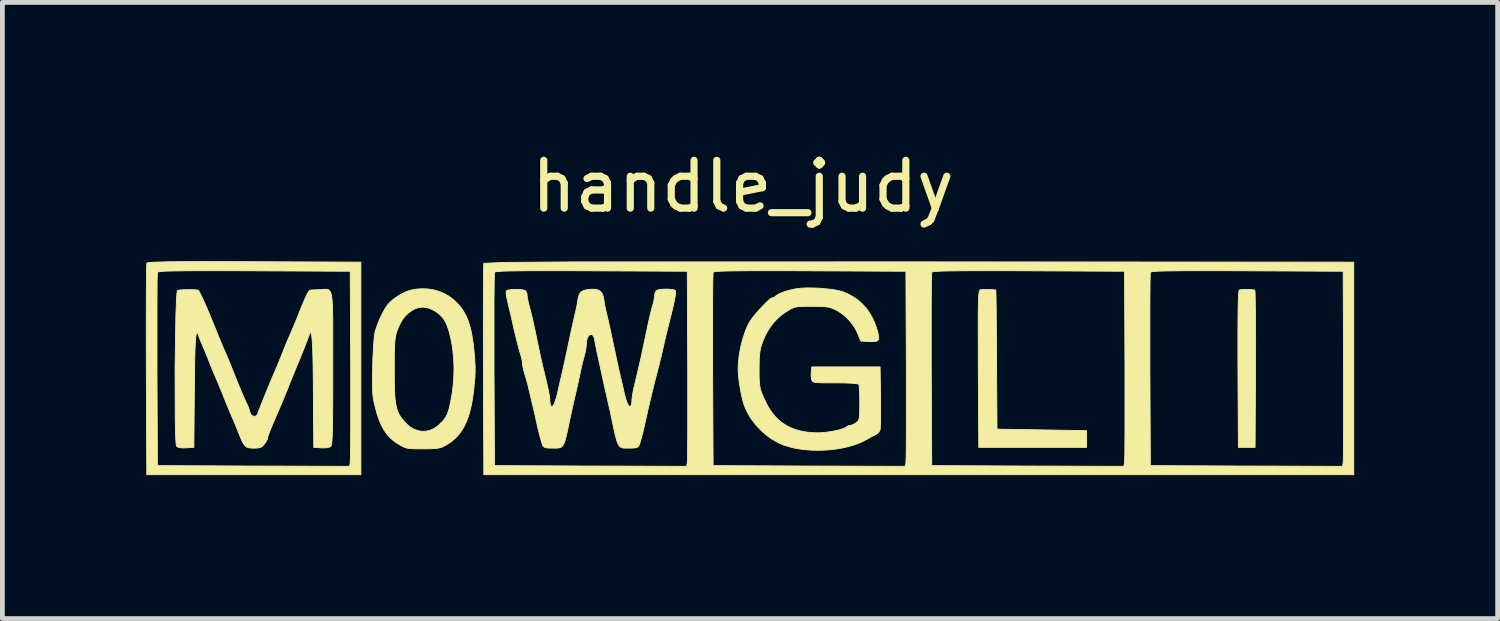
<source format=kicad_pcb>
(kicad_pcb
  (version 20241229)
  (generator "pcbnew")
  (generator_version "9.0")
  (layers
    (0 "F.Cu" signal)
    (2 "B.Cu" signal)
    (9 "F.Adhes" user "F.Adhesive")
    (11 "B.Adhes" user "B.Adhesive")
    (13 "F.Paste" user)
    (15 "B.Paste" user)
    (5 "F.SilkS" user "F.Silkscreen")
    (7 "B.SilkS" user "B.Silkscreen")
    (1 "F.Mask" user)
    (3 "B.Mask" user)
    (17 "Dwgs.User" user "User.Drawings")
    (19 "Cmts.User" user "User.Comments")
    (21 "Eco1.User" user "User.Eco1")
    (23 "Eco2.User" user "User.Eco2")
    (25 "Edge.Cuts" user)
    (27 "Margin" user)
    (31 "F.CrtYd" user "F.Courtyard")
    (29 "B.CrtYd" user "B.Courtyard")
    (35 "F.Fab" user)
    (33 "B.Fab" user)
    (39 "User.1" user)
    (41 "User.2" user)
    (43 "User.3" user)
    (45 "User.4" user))
  (footprint "handle_judy"
    (layer "F.Cu")
    (at 12.488 4.608)
    (property "Reference" "handle_judy" (at 0 -3.76 0) (unlocked yes) (layer "F.SilkS") (effects (font (size 1 1) (thickness 0.15))))
    (attr smd)
    (fp_poly (pts (xy 10.562 -1.604) (xy 10.612 -1.602) (xy 10.66 -1.598) (xy 10.683 -1.595) (xy 10.703 -1.592) (xy 10.708 -1.558) (xy 10.711 -1.462) (xy 10.717 -1.108) (xy 10.72 -0.584) (xy 10.719 0.053) (xy 10.709 1.698) (xy 10.36 1.698) (xy 10.351 0.066) (xy 10.35 -0.347) (xy 10.35 -0.693) (xy 10.352 -0.978) (xy 10.354 -1.204) (xy 10.358 -1.374) (xy 10.361 -1.44) (xy 10.364 -1.493) (xy 10.367 -1.535) (xy 10.371 -1.565) (xy 10.375 -1.584) (xy 10.377 -1.589) (xy 10.379 -1.592) (xy 10.386 -1.595) (xy 10.397 -1.597) (xy 10.411 -1.599) (xy 10.427 -1.601) (xy 10.467 -1.604) (xy 10.513 -1.605)) (stroke (width 0.018) (type solid)) (fill yes) (layer "F.SilkS"))
    (fp_poly (pts (xy -10.223 -2.185) (xy -7.991 -2.176) (xy -7.991 2.269) (xy -12.468 2.269) (xy -12.478 0.078) (xy -12.255 0.078) (xy -12.246 2.079) (xy -10.239 2.088) (xy -8.229 2.094) (xy -8.214 2.025) (xy -8.208 1.84) (xy -8.204 1.394) (xy -8.204 -0.017) (xy -8.214 -1.985) (xy -10.223 -1.995) (xy -10.767 -1.997) (xy -11.209 -1.997) (xy -11.56 -1.996) (xy -11.827 -1.993) (xy -11.933 -1.991) (xy -12.021 -1.989) (xy -12.093 -1.986) (xy -12.149 -1.982) (xy -12.192 -1.978) (xy -12.221 -1.974) (xy -12.232 -1.971) (xy -12.239 -1.969) (xy -12.244 -1.966) (xy -12.246 -1.963) (xy -12.252 -1.79) (xy -12.255 -1.347) (xy -12.255 0.078) (xy -12.478 0.078) (xy -12.479 -0.776) (xy -12.478 -1.482) (xy -12.474 -1.965) (xy -12.471 -2.101) (xy -12.468 -2.154) (xy -12.461 -2.159) (xy -12.441 -2.164) (xy -12.362 -2.173) (xy -12.005 -2.184) (xy -11.319 -2.188)) (stroke (width 0.018) (type solid)) (fill yes) (layer "F.SilkS"))
    (fp_poly (pts (xy 5.125 -1.604) (xy 5.175 -1.603) (xy 5.222 -1.6) (xy 5.26 -1.596) (xy 5.275 -1.594) (xy 5.287 -1.592) (xy 5.291 -1.475) (xy 5.296 -1.162) (xy 5.302 -0.138) (xy 5.312 1.317) (xy 6.249 1.332) (xy 7.185 1.348) (xy 7.185 1.698) (xy 4.931 1.698) (xy 4.921 0.056) (xy 4.92 -0.457) (xy 4.919 -0.668) (xy 4.919 -0.852) (xy 4.919 -1.009) (xy 4.92 -1.142) (xy 4.922 -1.253) (xy 4.923 -1.302) (xy 4.924 -1.345) (xy 4.925 -1.384) (xy 4.927 -1.418) (xy 4.928 -1.449) (xy 4.93 -1.476) (xy 4.932 -1.499) (xy 4.934 -1.52) (xy 4.937 -1.537) (xy 4.939 -1.551) (xy 4.942 -1.563) (xy 4.945 -1.573) (xy 4.947 -1.577) (xy 4.949 -1.581) (xy 4.95 -1.584) (xy 4.952 -1.587) (xy 4.954 -1.589) (xy 4.956 -1.591) (xy 4.958 -1.593) (xy 4.96 -1.594) (xy 4.962 -1.596) (xy 4.964 -1.597) (xy 4.969 -1.598) (xy 4.979 -1.6) (xy 4.993 -1.602) (xy 5.011 -1.603) (xy 5.03 -1.604) (xy 5.076 -1.605)) (stroke (width 0.018) (type solid)) (fill yes) (layer "F.SilkS"))
    (fp_poly (pts (xy 12.773 -2.176) (xy 12.773 2.269) (xy -5.42 2.269) (xy -5.429 0.078) (xy -5.207 0.078) (xy -5.197 2.079) (xy -3.191 2.088) (xy -1.181 2.094) (xy -1.165 2.025) (xy -1.159 1.84) (xy -1.156 1.394) (xy -1.156 -0.017) (xy -1.162 -1.347) (xy -0.635 -1.347) (xy -0.635 0.078) (xy -0.625 2.079) (xy 1.381 2.088) (xy 3.391 2.094) (xy 3.407 2.025) (xy 3.413 1.84) (xy 3.416 1.394) (xy 3.416 0.078) (xy 3.937 0.078) (xy 3.947 2.079) (xy 5.953 2.088) (xy 7.963 2.094) (xy 7.979 2.025) (xy 7.985 1.84) (xy 7.988 1.394) (xy 7.988 0.078) (xy 8.509 0.078) (xy 8.519 2.079) (xy 10.525 2.088) (xy 12.535 2.094) (xy 12.551 2.025) (xy 12.557 1.84) (xy 12.56 1.394) (xy 12.56 -0.017) (xy 12.551 -1.985) (xy 10.541 -1.995) (xy 9.998 -1.997) (xy 9.555 -1.997) (xy 9.205 -1.996) (xy 8.937 -1.993) (xy 8.831 -1.991) (xy 8.743 -1.989) (xy 8.672 -1.986) (xy 8.615 -1.982) (xy 8.573 -1.978) (xy 8.543 -1.974) (xy 8.533 -1.971) (xy 8.526 -1.969) (xy 8.521 -1.966) (xy 8.519 -1.963) (xy 8.513 -1.79) (xy 8.509 -1.347) (xy 8.509 0.078) (xy 7.988 0.078) (xy 7.988 -0.017) (xy 7.979 -1.985) (xy 5.969 -1.995) (xy 5.426 -1.997) (xy 4.983 -1.997) (xy 4.633 -1.996) (xy 4.365 -1.993) (xy 4.259 -1.991) (xy 4.171 -1.989) (xy 4.1 -1.986) (xy 4.043 -1.982) (xy 4.001 -1.978) (xy 3.971 -1.974) (xy 3.961 -1.971) (xy 3.954 -1.969) (xy 3.949 -1.966) (xy 3.947 -1.963) (xy 3.941 -1.79) (xy 3.937 -1.347) (xy 3.937 0.078) (xy 3.416 0.078) (xy 3.416 -0.017) (xy 3.407 -1.985) (xy 1.397 -1.995) (xy 0.854 -1.997) (xy 0.411 -1.997) (xy 0.061 -1.996) (xy -0.207 -1.993) (xy -0.313 -1.991) (xy -0.401 -1.989) (xy -0.472 -1.986) (xy -0.529 -1.982) (xy -0.571 -1.978) (xy -0.601 -1.974) (xy -0.611 -1.971) (xy -0.618 -1.969) (xy -0.623 -1.966) (xy -0.625 -1.963) (xy -0.631 -1.79) (xy -0.635 -1.347) (xy -1.162 -1.347) (xy -1.165 -1.985) (xy -3.175 -1.995) (xy -3.718 -1.997) (xy -4.161 -1.997) (xy -4.511 -1.996) (xy -4.779 -1.993) (xy -4.885 -1.991) (xy -4.973 -1.989) (xy -5.044 -1.986) (xy -5.101 -1.982) (xy -5.143 -1.978) (xy -5.173 -1.974) (xy -5.183 -1.971) (xy -5.19 -1.969) (xy -5.195 -1.966) (xy -5.197 -1.963) (xy -5.203 -1.79) (xy -5.207 -1.347) (xy -5.207 0.078) (xy -5.429 0.078) (xy -5.43 -0.776) (xy -5.429 -1.481) (xy -5.426 -1.964) (xy -5.423 -2.099) (xy -5.42 -2.151) (xy -5.005 -2.17) (xy -3.563 -2.181) (xy 3.683 -2.182)) (stroke (width 0.018) (type solid)) (fill yes) (layer "F.SilkS"))
    (fp_poly (pts (xy -6.631 -1.618) (xy -6.568 -1.612) (xy -6.507 -1.603) (xy -6.447 -1.59) (xy -6.387 -1.573) (xy -6.33 -1.553) (xy -6.273 -1.529) (xy -6.219 -1.502) (xy -6.166 -1.472) (xy -6.115 -1.438) (xy -6.066 -1.401) (xy -6.02 -1.36) (xy -5.976 -1.317) (xy -5.936 -1.273) (xy -5.898 -1.227) (xy -5.863 -1.178) (xy -5.832 -1.127) (xy -5.802 -1.073) (xy -5.775 -1.016) (xy -5.751 -0.956) (xy -5.729 -0.891) (xy -5.708 -0.822) (xy -5.69 -0.748) (xy -5.674 -0.669) (xy -5.659 -0.585) (xy -5.645 -0.495) (xy -5.633 -0.399) (xy -5.623 -0.296) (xy -5.612 -0.177) (xy -5.606 -0.072) (xy -5.602 0.022) (xy -5.602 0.112) (xy -5.605 0.203) (xy -5.612 0.298) (xy -5.622 0.404) (xy -5.635 0.526) (xy -5.65 0.634) (xy -5.666 0.736) (xy -5.685 0.833) (xy -5.706 0.923) (xy -5.73 1.008) (xy -5.743 1.049) (xy -5.757 1.088) (xy -5.771 1.126) (xy -5.786 1.163) (xy -5.802 1.199) (xy -5.818 1.233) (xy -5.835 1.266) (xy -5.853 1.298) (xy -5.872 1.329) (xy -5.891 1.358) (xy -5.912 1.387) (xy -5.933 1.415) (xy -5.955 1.441) (xy -5.977 1.467) (xy -6.001 1.491) (xy -6.026 1.515) (xy -6.051 1.537) (xy -6.077 1.559) (xy -6.104 1.58) (xy -6.132 1.6) (xy -6.161 1.619) (xy -6.191 1.637) (xy -6.239 1.665) (xy -6.261 1.676) (xy -6.282 1.686) (xy -6.303 1.695) (xy -6.325 1.702) (xy -6.347 1.708) (xy -6.371 1.713) (xy -6.397 1.717) (xy -6.426 1.721) (xy -6.459 1.723) (xy -6.495 1.725) (xy -6.581 1.728) (xy -6.69 1.729) (xy -6.799 1.729) (xy -6.845 1.728) (xy -6.886 1.727) (xy -6.922 1.725) (xy -6.954 1.723) (xy -6.983 1.72) (xy -7.009 1.716) (xy -7.021 1.713) (xy -7.033 1.711) (xy -7.044 1.708) (xy -7.055 1.705) (xy -7.066 1.701) (xy -7.076 1.698) (xy -7.097 1.689) (xy -7.118 1.679) (xy -7.14 1.668) (xy -7.163 1.655) (xy -7.188 1.64) (xy -7.236 1.61) (xy -7.282 1.579) (xy -7.324 1.546) (xy -7.364 1.511) (xy -7.401 1.474) (xy -7.435 1.435) (xy -7.468 1.393) (xy -7.498 1.349) (xy -7.527 1.301) (xy -7.554 1.25) (xy -7.579 1.196) (xy -7.603 1.137) (xy -7.626 1.075) (xy -7.648 1.008) (xy -7.669 0.936) (xy -7.69 0.859) (xy -7.71 0.78) (xy -7.725 0.705) (xy -7.737 0.63) (xy -7.744 0.547) (xy -7.748 0.45) (xy -7.749 0.332) (xy -7.747 0.187) (xy -7.745 0.078) (xy -7.293 0.078) (xy -7.292 0.214) (xy -7.291 0.337) (xy -7.289 0.446) (xy -7.285 0.543) (xy -7.28 0.63) (xy -7.273 0.707) (xy -7.269 0.742) (xy -7.264 0.776) (xy -7.258 0.807) (xy -7.252 0.837) (xy -7.246 0.865) (xy -7.238 0.892) (xy -7.23 0.918) (xy -7.221 0.942) (xy -7.212 0.966) (xy -7.201 0.988) (xy -7.19 1.01) (xy -7.178 1.031) (xy -7.165 1.052) (xy -7.151 1.072) (xy -7.136 1.093) (xy -7.12 1.113) (xy -7.085 1.154) (xy -7.045 1.196) (xy -7.026 1.215) (xy -7.007 1.233) (xy -6.987 1.25) (xy -6.966 1.265) (xy -6.946 1.28) (xy -6.925 1.293) (xy -6.903 1.305) (xy -6.882 1.316) (xy -6.86 1.326) (xy -6.838 1.334) (xy -6.815 1.342) (xy -6.793 1.348) (xy -6.77 1.353) (xy -6.747 1.357) (xy -6.725 1.36) (xy -6.702 1.361) (xy -6.679 1.362) (xy -6.656 1.361) (xy -6.633 1.359) (xy -6.611 1.356) (xy -6.588 1.351) (xy -6.566 1.346) (xy -6.543 1.339) (xy -6.521 1.331) (xy -6.5 1.322) (xy -6.478 1.312) (xy -6.457 1.3) (xy -6.436 1.287) (xy -6.415 1.274) (xy -6.395 1.258) (xy -6.375 1.242) (xy -6.356 1.225) (xy -6.327 1.197) (xy -6.301 1.171) (xy -6.277 1.146) (xy -6.256 1.122) (xy -6.237 1.097) (xy -6.22 1.071) (xy -6.204 1.044) (xy -6.189 1.015) (xy -6.176 0.985) (xy -6.164 0.951) (xy -6.153 0.914) (xy -6.142 0.874) (xy -6.131 0.829) (xy -6.121 0.78) (xy -6.099 0.666) (xy -6.086 0.592) (xy -6.075 0.518) (xy -6.066 0.443) (xy -6.058 0.367) (xy -6.052 0.291) (xy -6.048 0.214) (xy -6.045 0.137) (xy -6.044 0.061) (xy -6.045 -0.015) (xy -6.048 -0.091) (xy -6.052 -0.166) (xy -6.058 -0.241) (xy -6.066 -0.314) (xy -6.075 -0.386) (xy -6.086 -0.456) (xy -6.099 -0.525) (xy -6.114 -0.595) (xy -6.129 -0.66) (xy -6.144 -0.719) (xy -6.161 -0.774) (xy -6.179 -0.825) (xy -6.188 -0.849) (xy -6.197 -0.872) (xy -6.207 -0.894) (xy -6.218 -0.915) (xy -6.228 -0.935) (xy -6.239 -0.954) (xy -6.251 -0.973) (xy -6.263 -0.991) (xy -6.275 -1.008) (xy -6.288 -1.024) (xy -6.302 -1.04) (xy -6.316 -1.055) (xy -6.33 -1.069) (xy -6.345 -1.083) (xy -6.361 -1.096) (xy -6.377 -1.109) (xy -6.394 -1.122) (xy -6.412 -1.134) (xy -6.43 -1.146) (xy -6.449 -1.157) (xy -6.49 -1.179) (xy -6.519 -1.193) (xy -6.547 -1.205) (xy -6.576 -1.215) (xy -6.604 -1.222) (xy -6.633 -1.228) (xy -6.661 -1.232) (xy -6.689 -1.234) (xy -6.716 -1.234) (xy -6.744 -1.232) (xy -6.771 -1.227) (xy -6.798 -1.221) (xy -6.825 -1.213) (xy -6.852 -1.203) (xy -6.878 -1.19) (xy -6.905 -1.176) (xy -6.931 -1.16) (xy -6.956 -1.142) (xy -6.981 -1.124) (xy -7.003 -1.106) (xy -7.025 -1.086) (xy -7.046 -1.066) (xy -7.066 -1.045) (xy -7.085 -1.023) (xy -7.103 -0.999) (xy -7.121 -0.974) (xy -7.138 -0.947) (xy -7.154 -0.919) (xy -7.17 -0.888) (xy -7.186 -0.856) (xy -7.202 -0.822) (xy -7.217 -0.786) (xy -7.232 -0.747) (xy -7.25 -0.695) (xy -7.263 -0.641) (xy -7.274 -0.578) (xy -7.282 -0.5) (xy -7.287 -0.401) (xy -7.291 -0.276) (xy -7.292 -0.118) (xy -7.293 0.078) (xy -7.745 0.078) (xy -7.744 0.008) (xy -7.741 -0.121) (xy -7.736 -0.244) (xy -7.73 -0.359) (xy -7.724 -0.463) (xy -7.716 -0.554) (xy -7.708 -0.63) (xy -7.704 -0.663) (xy -7.699 -0.69) (xy -7.694 -0.713) (xy -7.69 -0.731) (xy -7.678 -0.771) (xy -7.665 -0.811) (xy -7.65 -0.852) (xy -7.635 -0.893) (xy -7.619 -0.934) (xy -7.602 -0.974) (xy -7.584 -1.014) (xy -7.566 -1.052) (xy -7.548 -1.09) (xy -7.529 -1.126) (xy -7.51 -1.161) (xy -7.491 -1.193) (xy -7.472 -1.224) (xy -7.453 -1.252) (xy -7.435 -1.277) (xy -7.417 -1.3) (xy -7.397 -1.321) (xy -7.375 -1.344) (xy -7.35 -1.366) (xy -7.324 -1.389) (xy -7.295 -1.411) (xy -7.265 -1.433) (xy -7.233 -1.454) (xy -7.201 -1.475) (xy -7.168 -1.495) (xy -7.135 -1.513) (xy -7.102 -1.53) (xy -7.07 -1.546) (xy -7.038 -1.56) (xy -7.007 -1.572) (xy -6.978 -1.581) (xy -6.95 -1.589) (xy -6.886 -1.602) (xy -6.821 -1.612) (xy -6.757 -1.617) (xy -6.694 -1.619)) (stroke (width 0.018) (type solid)) (fill yes) (layer "F.SilkS"))
    (fp_poly (pts (xy -8.682 -1.603) (xy -8.655 -1.589) (xy -8.633 -1.562) (xy -8.616 -1.521) (xy -8.603 -1.461) (xy -8.593 -1.38) (xy -8.586 -1.275) (xy -8.579 -0.978) (xy -8.579 0.043) (xy -8.579 0.498) (xy -8.58 0.861) (xy -8.583 1.143) (xy -8.584 1.256) (xy -8.587 1.353) (xy -8.589 1.434) (xy -8.592 1.501) (xy -8.596 1.556) (xy -8.6 1.599) (xy -8.605 1.631) (xy -8.607 1.644) (xy -8.61 1.654) (xy -8.613 1.663) (xy -8.616 1.67) (xy -8.62 1.675) (xy -8.623 1.679) (xy -8.629 1.683) (xy -8.635 1.686) (xy -8.644 1.69) (xy -8.653 1.693) (xy -8.664 1.696) (xy -8.675 1.699) (xy -8.687 1.701) (xy -8.701 1.704) (xy -8.714 1.705) (xy -8.729 1.707) (xy -8.744 1.708) (xy -8.759 1.708) (xy -8.775 1.709) (xy -8.791 1.709) (xy -8.807 1.708) (xy -8.823 1.707) (xy -8.976 1.698) (xy -8.985 0.523) (xy -8.986 0.33) (xy -8.988 0.155) (xy -8.99 -0.002) (xy -8.993 -0.142) (xy -8.996 -0.264) (xy -9 -0.371) (xy -9.004 -0.461) (xy -9.009 -0.537) (xy -9.015 -0.597) (xy -9.018 -0.622) (xy -9.021 -0.644) (xy -9.024 -0.662) (xy -9.028 -0.676) (xy -9.032 -0.687) (xy -9.036 -0.695) (xy -9.038 -0.698) (xy -9.04 -0.7) (xy -9.042 -0.701) (xy -9.044 -0.702) (xy -9.046 -0.701) (xy -9.048 -0.7) (xy -9.053 -0.696) (xy -9.058 -0.688) (xy -9.063 -0.678) (xy -9.068 -0.665) (xy -9.074 -0.649) (xy -9.089 -0.607) (xy -9.114 -0.54) (xy -9.185 -0.359) (xy -9.263 -0.165) (xy -9.325 -0.017) (xy -9.348 0.039) (xy -9.383 0.124) (xy -9.468 0.332) (xy -9.532 0.495) (xy -9.586 0.627) (xy -9.638 0.753) (xy -9.699 0.897) (xy -9.757 1.03) (xy -9.807 1.146) (xy -9.849 1.246) (xy -9.884 1.33) (xy -9.91 1.398) (xy -9.929 1.45) (xy -9.936 1.47) (xy -9.94 1.486) (xy -9.943 1.499) (xy -9.944 1.507) (xy -9.944 1.512) (xy -9.945 1.517) (xy -9.947 1.523) (xy -9.949 1.529) (xy -9.952 1.536) (xy -9.955 1.543) (xy -9.959 1.551) (xy -9.963 1.559) (xy -9.968 1.568) (xy -9.973 1.577) (xy -9.978 1.586) (xy -9.984 1.595) (xy -9.99 1.604) (xy -9.997 1.613) (xy -10.004 1.622) (xy -10.011 1.631) (xy -10.021 1.643) (xy -10.03 1.655) (xy -10.04 1.664) (xy -10.049 1.673) (xy -10.059 1.681) (xy -10.069 1.688) (xy -10.08 1.693) (xy -10.092 1.698) (xy -10.104 1.702) (xy -10.117 1.706) (xy -10.132 1.708) (xy -10.148 1.71) (xy -10.166 1.712) (xy -10.185 1.713) (xy -10.206 1.713) (xy -10.23 1.713) (xy -10.261 1.713) (xy -10.29 1.712) (xy -10.315 1.709) (xy -10.338 1.705) (xy -10.348 1.703) (xy -10.358 1.699) (xy -10.368 1.695) (xy -10.377 1.691) (xy -10.386 1.686) (xy -10.395 1.68) (xy -10.403 1.673) (xy -10.411 1.665) (xy -10.419 1.657) (xy -10.427 1.648) (xy -10.442 1.626) (xy -10.457 1.6) (xy -10.473 1.57) (xy -10.489 1.535) (xy -10.507 1.494) (xy -10.547 1.396) (xy -10.609 1.242) (xy -10.638 1.171) (xy -10.661 1.117) (xy -10.725 0.97) (xy -10.772 0.858) (xy -10.811 0.762) (xy -10.849 0.666) (xy -10.889 0.565) (xy -10.929 0.468) (xy -11.033 0.221) (xy -11.045 0.194) (xy -11.061 0.158) (xy -11.098 0.068) (xy -11.14 -0.036) (xy -11.182 -0.144) (xy -11.267 -0.352) (xy -11.303 -0.437) (xy -11.317 -0.469) (xy -11.328 -0.493) (xy -11.337 -0.514) (xy -11.345 -0.536) (xy -11.362 -0.579) (xy -11.377 -0.619) (xy -11.389 -0.649) (xy -11.399 -0.679) (xy -11.408 -0.697) (xy -11.417 -0.703) (xy -11.425 -0.697) (xy -11.432 -0.678) (xy -11.439 -0.645) (xy -11.45 -0.537) (xy -11.459 -0.37) (xy -11.466 -0.14) (xy -11.474 0.523) (xy -11.484 1.698) (xy -11.646 1.707) (xy -11.666 1.708) (xy -11.685 1.709) (xy -11.703 1.709) (xy -11.72 1.708) (xy -11.736 1.708) (xy -11.751 1.706) (xy -11.765 1.705) (xy -11.778 1.703) (xy -11.79 1.7) (xy -11.801 1.697) (xy -11.81 1.694) (xy -11.815 1.692) (xy -11.819 1.691) (xy -11.824 1.689) (xy -11.827 1.687) (xy -11.831 1.684) (xy -11.834 1.682) (xy -11.838 1.68) (xy -11.841 1.677) (xy -11.843 1.675) (xy -11.846 1.672) (xy -11.855 1.625) (xy -11.863 1.515) (xy -11.873 1.14) (xy -11.877 0.033) (xy -11.86 -1.068) (xy -11.845 -1.435) (xy -11.836 -1.541) (xy -11.827 -1.582) (xy -11.818 -1.586) (xy -11.804 -1.589) (xy -11.785 -1.592) (xy -11.763 -1.594) (xy -11.708 -1.598) (xy -11.645 -1.6) (xy -11.578 -1.601) (xy -11.511 -1.6) (xy -11.451 -1.597) (xy -11.425 -1.594) (xy -11.401 -1.592) (xy -11.394 -1.587) (xy -11.384 -1.574) (xy -11.355 -1.526) (xy -11.316 -1.449) (xy -11.268 -1.345) (xy -11.211 -1.215) (xy -11.145 -1.06) (xy -10.992 -0.684) (xy -10.905 -0.471) (xy -10.867 -0.381) (xy -10.852 -0.346) (xy -10.839 -0.319) (xy -10.794 -0.213) (xy -10.746 -0.1) (xy -10.688 0.042) (xy -10.611 0.237) (xy -10.537 0.419) (xy -10.505 0.497) (xy -10.475 0.567) (xy -10.447 0.631) (xy -10.421 0.689) (xy -10.397 0.743) (xy -10.373 0.793) (xy -10.364 0.811) (xy -10.356 0.831) (xy -10.347 0.852) (xy -10.339 0.874) (xy -10.331 0.896) (xy -10.324 0.918) (xy -10.318 0.939) (xy -10.312 0.958) (xy -10.31 0.967) (xy -10.307 0.976) (xy -10.304 0.984) (xy -10.3 0.992) (xy -10.296 0.999) (xy -10.291 1.006) (xy -10.286 1.013) (xy -10.281 1.019) (xy -10.276 1.024) (xy -10.27 1.029) (xy -10.264 1.033) (xy -10.258 1.037) (xy -10.251 1.04) (xy -10.245 1.043) (xy -10.239 1.045) (xy -10.232 1.046) (xy -10.226 1.047) (xy -10.219 1.048) (xy -10.212 1.048) (xy -10.206 1.047) (xy -10.2 1.045) (xy -10.194 1.043) (xy -10.188 1.041) (xy -10.182 1.038) (xy -10.176 1.034) (xy -10.171 1.03) (xy -10.166 1.024) (xy -10.162 1.019) (xy -10.157 1.012) (xy -10.153 1.005) (xy -10.15 0.998) (xy -10.147 0.99) (xy -10.127 0.934) (xy -10.094 0.848) (xy -10.001 0.615) (xy -9.898 0.362) (xy -9.811 0.158) (xy -9.783 0.095) (xy -9.745 0.005) (xy -9.658 -0.207) (xy -9.616 -0.315) (xy -9.574 -0.42) (xy -9.537 -0.51) (xy -9.521 -0.545) (xy -9.509 -0.573) (xy -9.444 -0.724) (xy -9.392 -0.846) (xy -9.341 -0.97) (xy -9.277 -1.128) (xy -9.252 -1.191) (xy -9.229 -1.249) (xy -9.207 -1.302) (xy -9.187 -1.349) (xy -9.169 -1.391) (xy -9.152 -1.429) (xy -9.137 -1.462) (xy -9.123 -1.491) (xy -9.11 -1.516) (xy -9.104 -1.527) (xy -9.098 -1.537) (xy -9.092 -1.546) (xy -9.087 -1.554) (xy -9.082 -1.561) (xy -9.077 -1.568) (xy -9.072 -1.573) (xy -9.067 -1.578) (xy -9.063 -1.582) (xy -9.058 -1.585) (xy -9.054 -1.588) (xy -9.05 -1.59) (xy -9.046 -1.591) (xy -9.042 -1.592) (xy -9.032 -1.593) (xy -9.016 -1.594) (xy -8.97 -1.596) (xy -8.849 -1.601) (xy -8.752 -1.608) (xy -8.714 -1.608)) (stroke (width 0.018) (type solid)) (fill yes) (layer "F.SilkS"))
    (fp_poly (pts (xy 1.424 -1.636) (xy 1.495 -1.635) (xy 1.639 -1.627) (xy 1.78 -1.614) (xy 1.846 -1.606) (xy 1.909 -1.597) (xy 1.967 -1.586) (xy 2.019 -1.575) (xy 2.064 -1.563) (xy 2.102 -1.55) (xy 2.171 -1.521) (xy 2.236 -1.489) (xy 2.298 -1.454) (xy 2.357 -1.416) (xy 2.413 -1.374) (xy 2.465 -1.329) (xy 2.515 -1.281) (xy 2.561 -1.23) (xy 2.604 -1.176) (xy 2.644 -1.118) (xy 2.681 -1.057) (xy 2.715 -0.993) (xy 2.745 -0.925) (xy 2.773 -0.854) (xy 2.798 -0.78) (xy 2.82 -0.703) (xy 2.827 -0.672) (xy 2.833 -0.645) (xy 2.836 -0.621) (xy 2.837 -0.61) (xy 2.838 -0.6) (xy 2.838 -0.59) (xy 2.837 -0.581) (xy 2.836 -0.573) (xy 2.834 -0.566) (xy 2.831 -0.559) (xy 2.828 -0.552) (xy 2.824 -0.546) (xy 2.82 -0.541) (xy 2.814 -0.536) (xy 2.808 -0.532) (xy 2.802 -0.529) (xy 2.794 -0.525) (xy 2.786 -0.522) (xy 2.777 -0.52) (xy 2.767 -0.518) (xy 2.756 -0.517) (xy 2.732 -0.514) (xy 2.705 -0.514) (xy 2.674 -0.514) (xy 2.639 -0.515) (xy 2.464 -0.525) (xy 2.394 -0.693) (xy 2.377 -0.731) (xy 2.358 -0.769) (xy 2.336 -0.806) (xy 2.313 -0.842) (xy 2.288 -0.878) (xy 2.261 -0.913) (xy 2.233 -0.947) (xy 2.203 -0.979) (xy 2.172 -1.011) (xy 2.14 -1.041) (xy 2.107 -1.069) (xy 2.073 -1.095) (xy 2.038 -1.12) (xy 2.003 -1.143) (xy 1.967 -1.164) (xy 1.931 -1.182) (xy 1.908 -1.193) (xy 1.887 -1.202) (xy 1.866 -1.211) (xy 1.844 -1.219) (xy 1.822 -1.225) (xy 1.8 -1.231) (xy 1.776 -1.236) (xy 1.75 -1.24) (xy 1.722 -1.243) (xy 1.692 -1.246) (xy 1.623 -1.25) (xy 1.539 -1.251) (xy 1.438 -1.252) (xy 1.333 -1.252) (xy 1.289 -1.251) (xy 1.249 -1.25) (xy 1.213 -1.248) (xy 1.181 -1.246) (xy 1.152 -1.244) (xy 1.127 -1.24) (xy 1.103 -1.236) (xy 1.081 -1.231) (xy 1.061 -1.224) (xy 1.041 -1.217) (xy 1.022 -1.209) (xy 1.003 -1.199) (xy 0.983 -1.188) (xy 0.962 -1.176) (xy 0.913 -1.145) (xy 0.866 -1.114) (xy 0.82 -1.081) (xy 0.778 -1.046) (xy 0.737 -1.01) (xy 0.698 -0.973) (xy 0.661 -0.934) (xy 0.626 -0.893) (xy 0.592 -0.85) (xy 0.561 -0.805) (xy 0.531 -0.759) (xy 0.502 -0.71) (xy 0.475 -0.659) (xy 0.45 -0.606) (xy 0.426 -0.551) (xy 0.403 -0.493) (xy 0.386 -0.442) (xy 0.372 -0.391) (xy 0.365 -0.364) (xy 0.36 -0.337) (xy 0.355 -0.309) (xy 0.351 -0.279) (xy 0.344 -0.214) (xy 0.34 -0.14) (xy 0.338 -0.054) (xy 0.337 0.047) (xy 0.337 0.182) (xy 0.338 0.239) (xy 0.34 0.289) (xy 0.342 0.334) (xy 0.346 0.375) (xy 0.351 0.412) (xy 0.357 0.447) (xy 0.365 0.481) (xy 0.374 0.514) (xy 0.386 0.548) (xy 0.4 0.583) (xy 0.416 0.621) (xy 0.434 0.662) (xy 0.48 0.758) (xy 0.52 0.836) (xy 0.564 0.909) (xy 0.611 0.977) (xy 0.662 1.039) (xy 0.716 1.096) (xy 0.774 1.148) (xy 0.836 1.195) (xy 0.901 1.237) (xy 0.97 1.274) (xy 1.043 1.306) (xy 1.12 1.332) (xy 1.201 1.354) (xy 1.286 1.371) (xy 1.375 1.383) (xy 1.468 1.39) (xy 1.565 1.393) (xy 1.606 1.392) (xy 1.648 1.39) (xy 1.693 1.386) (xy 1.739 1.381) (xy 1.785 1.375) (xy 1.832 1.368) (xy 1.878 1.36) (xy 1.922 1.352) (xy 1.965 1.342) (xy 2.006 1.333) (xy 2.043 1.323) (xy 2.077 1.312) (xy 2.106 1.302) (xy 2.131 1.292) (xy 2.15 1.282) (xy 2.157 1.277) (xy 2.162 1.272) (xy 2.166 1.269) (xy 2.17 1.265) (xy 2.175 1.262) (xy 2.18 1.259) (xy 2.185 1.256) (xy 2.19 1.253) (xy 2.196 1.25) (xy 2.201 1.248) (xy 2.207 1.245) (xy 2.213 1.243) (xy 2.218 1.241) (xy 2.224 1.24) (xy 2.229 1.239) (xy 2.235 1.238) (xy 2.24 1.237) (xy 2.245 1.237) (xy 2.251 1.237) (xy 2.257 1.236) (xy 2.263 1.235) (xy 2.27 1.233) (xy 2.278 1.23) (xy 2.286 1.227) (xy 2.294 1.224) (xy 2.302 1.221) (xy 2.31 1.216) (xy 2.319 1.212) (xy 2.327 1.207) (xy 2.336 1.202) (xy 2.344 1.197) (xy 2.353 1.192) (xy 2.361 1.186) (xy 2.369 1.18) (xy 2.381 1.17) (xy 2.392 1.16) (xy 2.401 1.15) (xy 2.41 1.14) (xy 2.417 1.128) (xy 2.423 1.114) (xy 2.427 1.097) (xy 2.431 1.078) (xy 2.435 1.056) (xy 2.437 1.03) (xy 2.439 1) (xy 2.44 0.965) (xy 2.441 0.879) (xy 2.442 0.767) (xy 2.441 0.696) (xy 2.441 0.628) (xy 2.439 0.565) (xy 2.437 0.508) (xy 2.434 0.46) (xy 2.431 0.421) (xy 2.429 0.406) (xy 2.427 0.394) (xy 2.425 0.385) (xy 2.423 0.38) (xy 2.418 0.376) (xy 2.41 0.373) (xy 2.397 0.37) (xy 2.381 0.367) (xy 2.338 0.362) (xy 2.28 0.357) (xy 2.21 0.353) (xy 2.128 0.35) (xy 2.034 0.349) (xy 1.931 0.348) (xy 1.774 0.348) (xy 1.711 0.348) (xy 1.656 0.347) (xy 1.632 0.347) (xy 1.61 0.346) (xy 1.59 0.345) (xy 1.571 0.344) (xy 1.554 0.343) (xy 1.539 0.342) (xy 1.525 0.34) (xy 1.513 0.339) (xy 1.502 0.337) (xy 1.492 0.335) (xy 1.483 0.332) (xy 1.476 0.33) (xy 1.472 0.328) (xy 1.469 0.327) (xy 1.466 0.325) (xy 1.463 0.323) (xy 1.461 0.322) (xy 1.458 0.32) (xy 1.456 0.318) (xy 1.454 0.316) (xy 1.452 0.314) (xy 1.451 0.312) (xy 1.448 0.307) (xy 1.445 0.302) (xy 1.443 0.297) (xy 1.441 0.291) (xy 1.439 0.285) (xy 1.435 0.272) (xy 1.434 0.264) (xy 1.432 0.255) (xy 1.429 0.235) (xy 1.427 0.214) (xy 1.426 0.192) (xy 1.426 0.169) (xy 1.426 0.147) (xy 1.427 0.126) (xy 1.428 0.116) (xy 1.429 0.107) (xy 1.438 0.015) (xy 2.867 0.015) (xy 2.877 0.634) (xy 2.878 0.88) (xy 2.877 1.092) (xy 2.875 1.179) (xy 2.873 1.248) (xy 2.87 1.298) (xy 2.869 1.315) (xy 2.867 1.326) (xy 2.865 1.333) (xy 2.862 1.341) (xy 2.859 1.348) (xy 2.855 1.356) (xy 2.85 1.363) (xy 2.845 1.371) (xy 2.839 1.378) (xy 2.833 1.385) (xy 2.827 1.392) (xy 2.821 1.399) (xy 2.814 1.405) (xy 2.807 1.41) (xy 2.8 1.416) (xy 2.793 1.42) (xy 2.785 1.424) (xy 2.778 1.428) (xy 2.743 1.446) (xy 2.698 1.469) (xy 2.648 1.496) (xy 2.624 1.51) (xy 2.601 1.523) (xy 2.51 1.572) (xy 2.411 1.615) (xy 2.304 1.653) (xy 2.19 1.685) (xy 2.071 1.712) (xy 1.947 1.733) (xy 1.821 1.747) (xy 1.692 1.756) (xy 1.564 1.759) (xy 1.436 1.756) (xy 1.31 1.747) (xy 1.188 1.732) (xy 1.07 1.711) (xy 0.958 1.683) (xy 0.853 1.649) (xy 0.756 1.609) (xy 0.696 1.578) (xy 0.638 1.545) (xy 0.58 1.508) (xy 0.524 1.468) (xy 0.47 1.425) (xy 0.418 1.38) (xy 0.367 1.332) (xy 0.318 1.282) (xy 0.272 1.23) (xy 0.229 1.176) (xy 0.188 1.121) (xy 0.149 1.064) (xy 0.114 1.005) (xy 0.082 0.946) (xy 0.054 0.885) (xy 0.029 0.824) (xy 0.017 0.791) (xy 0.006 0.752) (xy -0.017 0.663) (xy -0.039 0.563) (xy -0.059 0.455) (xy -0.076 0.347) (xy -0.09 0.241) (xy -0.098 0.145) (xy -0.101 0.102) (xy -0.101 0.062) (xy -0.1 0.002) (xy -0.097 -0.06) (xy -0.091 -0.124) (xy -0.084 -0.189) (xy -0.075 -0.254) (xy -0.063 -0.319) (xy -0.05 -0.385) (xy -0.036 -0.45) (xy -0.019 -0.514) (xy -0.002 -0.577) (xy 0.018 -0.639) (xy 0.038 -0.699) (xy 0.059 -0.756) (xy 0.082 -0.811) (xy 0.106 -0.863) (xy 0.13 -0.912) (xy 0.147 -0.94) (xy 0.169 -0.972) (xy 0.196 -1.008) (xy 0.228 -1.048) (xy 0.262 -1.09) (xy 0.299 -1.133) (xy 0.338 -1.177) (xy 0.377 -1.22) (xy 0.416 -1.261) (xy 0.454 -1.3) (xy 0.49 -1.336) (xy 0.523 -1.367) (xy 0.553 -1.393) (xy 0.577 -1.413) (xy 0.597 -1.425) (xy 0.604 -1.429) (xy 0.61 -1.43) (xy 0.614 -1.43) (xy 0.619 -1.431) (xy 0.623 -1.431) (xy 0.628 -1.433) (xy 0.633 -1.434) (xy 0.638 -1.436) (xy 0.643 -1.438) (xy 0.648 -1.441) (xy 0.653 -1.443) (xy 0.658 -1.446) (xy 0.663 -1.449) (xy 0.668 -1.453) (xy 0.673 -1.456) (xy 0.677 -1.46) (xy 0.682 -1.464) (xy 0.686 -1.468) (xy 0.698 -1.478) (xy 0.713 -1.489) (xy 0.731 -1.5) (xy 0.751 -1.51) (xy 0.774 -1.521) (xy 0.8 -1.532) (xy 0.827 -1.543) (xy 0.856 -1.554) (xy 0.918 -1.574) (xy 0.984 -1.592) (xy 1.053 -1.608) (xy 1.087 -1.614) (xy 1.121 -1.62) (xy 1.171 -1.627) (xy 1.228 -1.632) (xy 1.289 -1.635) (xy 1.355 -1.637)) (stroke (width 0.018) (type solid)) (fill yes) (layer "F.SilkS"))
    (fp_poly (pts (xy -1.568 -1.611) (xy -1.536 -1.609) (xy -1.506 -1.606) (xy -1.478 -1.603) (xy -1.454 -1.598) (xy -1.435 -1.593) (xy -1.427 -1.59) (xy -1.421 -1.586) (xy -1.416 -1.583) (xy -1.413 -1.579) (xy -1.41 -1.572) (xy -1.409 -1.561) (xy -1.409 -1.545) (xy -1.41 -1.527) (xy -1.416 -1.478) (xy -1.427 -1.416) (xy -1.442 -1.339) (xy -1.461 -1.25) (xy -1.486 -1.147) (xy -1.514 -1.033) (xy -1.6 -0.69) (xy -1.633 -0.553) (xy -1.657 -0.446) (xy -1.686 -0.316) (xy -1.721 -0.165) (xy -1.761 -0.008) (xy -1.8 0.142) (xy -1.86 0.376) (xy -1.928 0.659) (xy -1.992 0.93) (xy -2.035 1.126) (xy -2.051 1.2) (xy -2.069 1.276) (xy -2.087 1.352) (xy -2.105 1.425) (xy -2.123 1.493) (xy -2.14 1.553) (xy -2.155 1.603) (xy -2.168 1.64) (xy -2.173 1.652) (xy -2.178 1.662) (xy -2.184 1.671) (xy -2.19 1.679) (xy -2.196 1.686) (xy -2.204 1.691) (xy -2.213 1.697) (xy -2.224 1.701) (xy -2.236 1.704) (xy -2.25 1.707) (xy -2.266 1.709) (xy -2.284 1.711) (xy -2.305 1.712) (xy -2.329 1.713) (xy -2.384 1.713) (xy -2.463 1.713) (xy -2.496 1.711) (xy -2.524 1.707) (xy -2.548 1.699) (xy -2.559 1.693) (xy -2.569 1.686) (xy -2.579 1.677) (xy -2.588 1.667) (xy -2.605 1.642) (xy -2.621 1.608) (xy -2.637 1.566) (xy -2.652 1.513) (xy -2.669 1.45) (xy -2.706 1.285) (xy -2.753 1.063) (xy -2.776 0.95) (xy -2.803 0.832) (xy -2.848 0.634) (xy -2.893 0.436) (xy -2.919 0.318) (xy -2.943 0.205) (xy -2.995 -0.03) (xy -3.02 -0.145) (xy -3.041 -0.239) (xy -3.059 -0.323) (xy -3.076 -0.409) (xy -3.091 -0.488) (xy -3.097 -0.522) (xy -3.102 -0.55) (xy -3.105 -0.568) (xy -3.109 -0.584) (xy -3.113 -0.598) (xy -3.118 -0.611) (xy -3.124 -0.622) (xy -3.13 -0.632) (xy -3.136 -0.64) (xy -3.142 -0.648) (xy -3.149 -0.653) (xy -3.156 -0.658) (xy -3.164 -0.661) (xy -3.171 -0.662) (xy -3.178 -0.663) (xy -3.186 -0.662) (xy -3.194 -0.66) (xy -3.201 -0.657) (xy -3.208 -0.652) (xy -3.216 -0.647) (xy -3.223 -0.64) (xy -3.23 -0.632) (xy -3.236 -0.623) (xy -3.242 -0.613) (xy -3.248 -0.602) (xy -3.254 -0.59) (xy -3.259 -0.576) (xy -3.263 -0.562) (xy -3.267 -0.547) (xy -3.27 -0.531) (xy -3.273 -0.514) (xy -3.275 -0.496) (xy -3.276 -0.478) (xy -3.276 -0.458) (xy -3.277 -0.438) (xy -3.28 -0.412) (xy -3.284 -0.382) (xy -3.289 -0.35) (xy -3.296 -0.315) (xy -3.303 -0.28) (xy -3.312 -0.245) (xy -3.321 -0.211) (xy -3.343 -0.128) (xy -3.369 -0.022) (xy -3.395 0.094) (xy -3.419 0.205) (xy -3.443 0.318) (xy -3.469 0.436) (xy -3.515 0.634) (xy -3.56 0.832) (xy -3.586 0.95) (xy -3.61 1.063) (xy -3.657 1.285) (xy -3.676 1.374) (xy -3.694 1.45) (xy -3.702 1.483) (xy -3.71 1.513) (xy -3.718 1.541) (xy -3.725 1.566) (xy -3.733 1.588) (xy -3.741 1.608) (xy -3.749 1.626) (xy -3.757 1.642) (xy -3.765 1.655) (xy -3.774 1.667) (xy -3.783 1.677) (xy -3.793 1.686) (xy -3.804 1.693) (xy -3.815 1.699) (xy -3.826 1.703) (xy -3.839 1.707) (xy -3.852 1.709) (xy -3.867 1.711) (xy -3.882 1.713) (xy -3.899 1.713) (xy -3.936 1.714) (xy -3.978 1.713) (xy -4.007 1.713) (xy -4.034 1.713) (xy -4.057 1.712) (xy -4.068 1.712) (xy -4.078 1.711) (xy -4.087 1.71) (xy -4.096 1.709) (xy -4.105 1.708) (xy -4.112 1.707) (xy -4.12 1.706) (xy -4.126 1.704) (xy -4.133 1.703) (xy -4.138 1.701) (xy -4.144 1.699) (xy -4.149 1.697) (xy -4.154 1.694) (xy -4.158 1.691) (xy -4.162 1.689) (xy -4.166 1.686) (xy -4.169 1.682) (xy -4.173 1.679) (xy -4.176 1.675) (xy -4.179 1.671) (xy -4.182 1.666) (xy -4.184 1.662) (xy -4.187 1.657) (xy -4.189 1.652) (xy -4.194 1.64) (xy -4.207 1.603) (xy -4.222 1.553) (xy -4.239 1.493) (xy -4.257 1.425) (xy -4.294 1.276) (xy -4.327 1.126) (xy -4.333 1.097) (xy -4.341 1.062) (xy -4.359 0.98) (xy -4.4 0.809) (xy -4.42 0.722) (xy -4.442 0.627) (xy -4.464 0.535) (xy -4.483 0.459) (xy -4.491 0.424) (xy -4.5 0.386) (xy -4.511 0.346) (xy -4.522 0.305) (xy -4.545 0.226) (xy -4.565 0.158) (xy -4.575 0.127) (xy -4.583 0.097) (xy -4.591 0.067) (xy -4.597 0.037) (xy -4.603 0.01) (xy -4.607 -0.014) (xy -4.608 -0.025) (xy -4.609 -0.035) (xy -4.61 -0.044) (xy -4.61 -0.052) (xy -4.61 -0.059) (xy -4.611 -0.067) (xy -4.613 -0.088) (xy -4.617 -0.112) (xy -4.623 -0.138) (xy -4.629 -0.167) (xy -4.637 -0.197) (xy -4.645 -0.228) (xy -4.654 -0.258) (xy -4.674 -0.324) (xy -4.694 -0.396) (xy -4.734 -0.548) (xy -4.771 -0.701) (xy -4.804 -0.842) (xy -4.817 -0.908) (xy -4.836 -0.992) (xy -4.858 -1.085) (xy -4.88 -1.176) (xy -4.897 -1.246) (xy -4.911 -1.307) (xy -4.923 -1.361) (xy -4.934 -1.407) (xy -4.938 -1.427) (xy -4.942 -1.446) (xy -4.945 -1.464) (xy -4.947 -1.479) (xy -4.95 -1.494) (xy -4.951 -1.507) (xy -4.952 -1.519) (xy -4.953 -1.529) (xy -4.953 -1.539) (xy -4.952 -1.547) (xy -4.951 -1.555) (xy -4.951 -1.558) (xy -4.95 -1.561) (xy -4.949 -1.564) (xy -4.948 -1.567) (xy -4.947 -1.57) (xy -4.945 -1.572) (xy -4.944 -1.574) (xy -4.942 -1.576) (xy -4.941 -1.578) (xy -4.939 -1.58) (xy -4.937 -1.581) (xy -4.935 -1.583) (xy -4.93 -1.586) (xy -4.925 -1.588) (xy -4.92 -1.59) (xy -4.914 -1.591) (xy -4.907 -1.592) (xy -4.893 -1.595) (xy -4.869 -1.598) (xy -4.845 -1.601) (xy -4.82 -1.603) (xy -4.795 -1.604) (xy -4.769 -1.605) (xy -4.744 -1.606) (xy -4.719 -1.606) (xy -4.694 -1.605) (xy -4.67 -1.603) (xy -4.648 -1.602) (xy -4.627 -1.599) (xy -4.608 -1.596) (xy -4.59 -1.593) (xy -4.575 -1.589) (xy -4.563 -1.584) (xy -4.557 -1.582) (xy -4.553 -1.579) (xy -4.549 -1.576) (xy -4.546 -1.572) (xy -4.542 -1.568) (xy -4.539 -1.563) (xy -4.535 -1.558) (xy -4.532 -1.552) (xy -4.529 -1.546) (xy -4.527 -1.54) (xy -4.524 -1.534) (xy -4.522 -1.527) (xy -4.52 -1.521) (xy -4.518 -1.514) (xy -4.517 -1.507) (xy -4.516 -1.5) (xy -4.515 -1.494) (xy -4.515 -1.487) (xy -4.514 -1.47) (xy -4.511 -1.448) (xy -4.507 -1.421) (xy -4.502 -1.392) (xy -4.495 -1.36) (xy -4.488 -1.326) (xy -4.479 -1.292) (xy -4.47 -1.258) (xy -4.438 -1.138) (xy -4.401 -0.983) (xy -4.35 -0.75) (xy -4.277 -0.398) (xy -4.242 -0.235) (xy -4.207 -0.078) (xy -4.089 0.418) (xy -4.079 0.462) (xy -4.069 0.507) (xy -4.061 0.551) (xy -4.053 0.595) (xy -4.047 0.635) (xy -4.042 0.671) (xy -4.039 0.702) (xy -4.039 0.715) (xy -4.038 0.726) (xy -4.038 0.736) (xy -4.038 0.745) (xy -4.037 0.755) (xy -4.036 0.764) (xy -4.034 0.773) (xy -4.033 0.782) (xy -4.031 0.791) (xy -4.029 0.799) (xy -4.026 0.806) (xy -4.024 0.813) (xy -4.021 0.82) (xy -4.018 0.826) (xy -4.016 0.831) (xy -4.014 0.833) (xy -4.013 0.835) (xy -4.011 0.837) (xy -4.01 0.838) (xy -4.008 0.839) (xy -4.007 0.84) (xy -4.003 0.842) (xy -4 0.843) (xy -3.997 0.843) (xy -3.993 0.843) (xy -3.986 0.839) (xy -3.978 0.833) (xy -3.971 0.824) (xy -3.963 0.812) (xy -3.954 0.797) (xy -3.946 0.779) (xy -3.937 0.758) (xy -3.929 0.735) (xy -3.92 0.709) (xy -3.911 0.68) (xy -3.892 0.615) (xy -3.873 0.539) (xy -3.858 0.469) (xy -3.839 0.386) (xy -3.8 0.221) (xy -3.755 0.024) (xy -3.729 -0.095) (xy -3.705 -0.207) (xy -3.587 -0.758) (xy -3.547 -0.938) (xy -3.515 -1.081) (xy -3.505 -1.118) (xy -3.496 -1.158) (xy -3.487 -1.199) (xy -3.478 -1.24) (xy -3.471 -1.28) (xy -3.464 -1.318) (xy -3.459 -1.351) (xy -3.454 -1.379) (xy -3.45 -1.409) (xy -3.444 -1.437) (xy -3.438 -1.461) (xy -3.434 -1.473) (xy -3.43 -1.484) (xy -3.426 -1.494) (xy -3.421 -1.504) (xy -3.416 -1.513) (xy -3.41 -1.522) (xy -3.404 -1.53) (xy -3.398 -1.538) (xy -3.391 -1.545) (xy -3.384 -1.552) (xy -3.376 -1.558) (xy -3.368 -1.564) (xy -3.359 -1.569) (xy -3.35 -1.574) (xy -3.34 -1.579) (xy -3.329 -1.583) (xy -3.318 -1.587) (xy -3.306 -1.59) (xy -3.281 -1.596) (xy -3.253 -1.601) (xy -3.222 -1.605) (xy -3.188 -1.608) (xy -3.154 -1.609) (xy -3.123 -1.609) (xy -3.108 -1.608) (xy -3.094 -1.607) (xy -3.081 -1.606) (xy -3.068 -1.604) (xy -3.056 -1.601) (xy -3.045 -1.598) (xy -3.034 -1.594) (xy -3.023 -1.59) (xy -3.014 -1.586) (xy -3.004 -1.58) (xy -2.995 -1.575) (xy -2.987 -1.568) (xy -2.979 -1.561) (xy -2.972 -1.554) (xy -2.965 -1.546) (xy -2.958 -1.537) (xy -2.952 -1.528) (xy -2.946 -1.518) (xy -2.941 -1.507) (xy -2.936 -1.496) (xy -2.932 -1.483) (xy -2.927 -1.471) (xy -2.923 -1.457) (xy -2.92 -1.443) (xy -2.913 -1.413) (xy -2.908 -1.379) (xy -2.904 -1.35) (xy -2.898 -1.316) (xy -2.892 -1.279) (xy -2.884 -1.239) (xy -2.876 -1.198) (xy -2.867 -1.158) (xy -2.857 -1.118) (xy -2.848 -1.081) (xy -2.815 -0.938) (xy -2.775 -0.758) (xy -2.657 -0.207) (xy -2.633 -0.095) (xy -2.607 0.024) (xy -2.562 0.221) (xy -2.523 0.386) (xy -2.504 0.469) (xy -2.489 0.539) (xy -2.48 0.578) (xy -2.47 0.615) (xy -2.461 0.649) (xy -2.452 0.68) (xy -2.443 0.709) (xy -2.434 0.735) (xy -2.425 0.758) (xy -2.421 0.769) (xy -2.416 0.779) (xy -2.412 0.788) (xy -2.408 0.797) (xy -2.404 0.804) (xy -2.4 0.812) (xy -2.396 0.818) (xy -2.392 0.824) (xy -2.388 0.829) (xy -2.384 0.833) (xy -2.38 0.836) (xy -2.377 0.839) (xy -2.373 0.841) (xy -2.369 0.843) (xy -2.366 0.843) (xy -2.362 0.843) (xy -2.359 0.842) (xy -2.356 0.84) (xy -2.353 0.838) (xy -2.35 0.835) (xy -2.347 0.831) (xy -2.344 0.826) (xy -2.341 0.82) (xy -2.339 0.813) (xy -2.336 0.806) (xy -2.334 0.799) (xy -2.332 0.791) (xy -2.33 0.782) (xy -2.328 0.773) (xy -2.327 0.764) (xy -2.325 0.755) (xy -2.325 0.745) (xy -2.324 0.736) (xy -2.324 0.726) (xy -2.323 0.702) (xy -2.32 0.671) (xy -2.315 0.635) (xy -2.309 0.595) (xy -2.302 0.551) (xy -2.293 0.507) (xy -2.284 0.462) (xy -2.273 0.418) (xy -2.203 0.123) (xy -2.156 -0.078) (xy -2.12 -0.235) (xy -2.086 -0.398) (xy -2.012 -0.75) (xy -1.985 -0.879) (xy -1.962 -0.983) (xy -1.942 -1.068) (xy -1.925 -1.138) (xy -1.908 -1.2) (xy -1.892 -1.258) (xy -1.883 -1.292) (xy -1.874 -1.326) (xy -1.867 -1.36) (xy -1.86 -1.391) (xy -1.855 -1.421) (xy -1.851 -1.446) (xy -1.849 -1.468) (xy -1.848 -1.476) (xy -1.848 -1.484) (xy -1.847 -1.49) (xy -1.847 -1.497) (xy -1.846 -1.504) (xy -1.844 -1.511) (xy -1.843 -1.518) (xy -1.84 -1.525) (xy -1.838 -1.532) (xy -1.835 -1.539) (xy -1.832 -1.546) (xy -1.829 -1.552) (xy -1.826 -1.558) (xy -1.822 -1.564) (xy -1.818 -1.569) (xy -1.815 -1.574) (xy -1.811 -1.578) (xy -1.806 -1.582) (xy -1.801 -1.586) (xy -1.794 -1.589) (xy -1.777 -1.596) (xy -1.755 -1.601) (xy -1.728 -1.605) (xy -1.699 -1.608) (xy -1.668 -1.61) (xy -1.635 -1.611) (xy -1.601 -1.612)) (stroke (width 0.018) (type solid)) (fill yes) (layer "F.SilkS")))
  (gr_rect
    (start -3 -3)
    (end 28.27 9.886)
    (stroke (width 0.1) (type default))
    (fill no)
    (layer "Edge.Cuts")))
</source>
